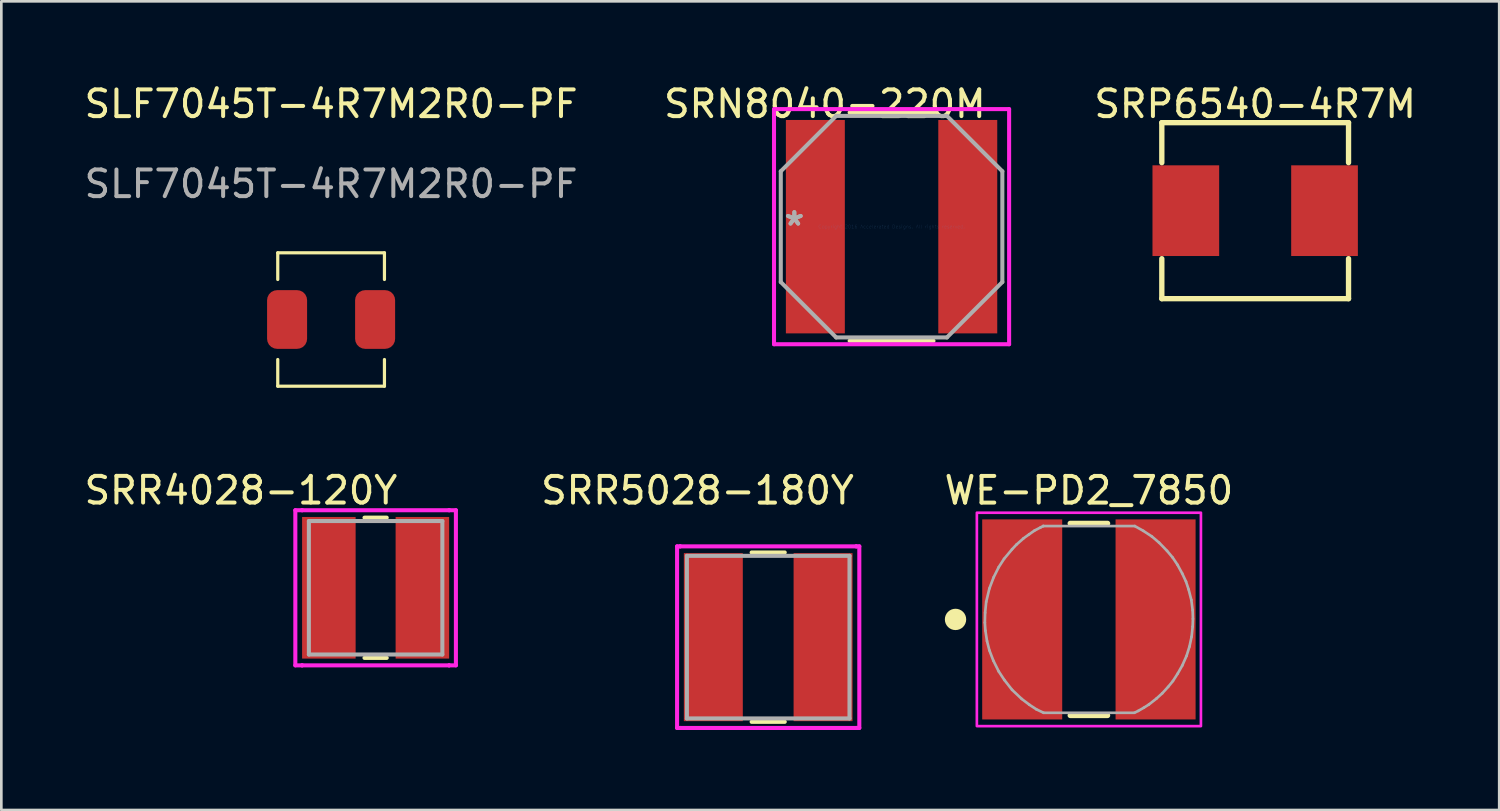
<source format=kicad_pcb>
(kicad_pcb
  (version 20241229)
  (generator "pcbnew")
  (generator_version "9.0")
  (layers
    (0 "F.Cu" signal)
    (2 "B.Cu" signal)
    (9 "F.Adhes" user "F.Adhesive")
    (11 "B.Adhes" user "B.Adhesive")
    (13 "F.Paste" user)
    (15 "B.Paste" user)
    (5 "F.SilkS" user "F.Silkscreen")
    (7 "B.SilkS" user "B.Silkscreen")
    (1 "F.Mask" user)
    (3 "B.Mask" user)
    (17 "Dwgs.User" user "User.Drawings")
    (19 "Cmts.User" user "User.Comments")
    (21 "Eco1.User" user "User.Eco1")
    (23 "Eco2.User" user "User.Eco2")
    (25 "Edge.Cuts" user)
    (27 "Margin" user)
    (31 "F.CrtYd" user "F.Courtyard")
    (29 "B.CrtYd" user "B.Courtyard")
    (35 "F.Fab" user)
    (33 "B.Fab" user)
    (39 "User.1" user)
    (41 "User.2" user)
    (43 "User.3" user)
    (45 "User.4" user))
  (footprint "SRN8040-220M"
    (layer "F.Cu")
    (at 30.375 5.448)
    (property "Reference" "SRN8040-220M" (at -2.5 -4.6 0) (layer "F.SilkS") (effects (font (size 1 1) (thickness 0.15))))
    (attr through_hole)
    (fp_line (start -1.572 4.28) (end 1.572 4.28) (stroke (width 0.152) (type solid)) (layer "F.SilkS"))
    (fp_line (start 1.572 -4.28) (end -1.572 -4.28) (stroke (width 0.152) (type solid)) (layer "F.SilkS"))
    (fp_line (start -4.407 -4.407) (end 4.407 -4.407) (stroke (width 0.152) (type solid)) (layer "F.CrtYd"))
    (fp_line (start -4.407 4.407) (end -4.407 -4.407) (stroke (width 0.152) (type solid)) (layer "F.CrtYd"))
    (fp_line (start 4.407 -4.407) (end 4.407 4.407) (stroke (width 0.152) (type solid)) (layer "F.CrtYd"))
    (fp_line (start 4.407 4.407) (end -4.407 4.407) (stroke (width 0.152) (type solid)) (layer "F.CrtYd"))
    (fp_line (start -4.153 -2.076) (end -4.153 2.076) (stroke (width 0.152) (type solid)) (layer "F.Fab"))
    (fp_line (start -4.153 2.076) (end -2.076 4.153) (stroke (width 0.152) (type solid)) (layer "F.Fab"))
    (fp_line (start -2.076 -4.153) (end -4.153 -2.076) (stroke (width 0.152) (type solid)) (layer "F.Fab"))
    (fp_line (start -2.076 4.153) (end 2.076 4.153) (stroke (width 0.152) (type solid)) (layer "F.Fab"))
    (fp_line (start 2.076 -4.153) (end -2.076 -4.153) (stroke (width 0.152) (type solid)) (layer "F.Fab"))
    (fp_line (start 2.076 4.153) (end 4.153 2.076) (stroke (width 0.152) (type solid)) (layer "F.Fab"))
    (fp_line (start 4.153 -2.076) (end 2.076 -4.153) (stroke (width 0.152) (type solid)) (layer "F.Fab"))
    (fp_line (start 4.153 2.076) (end 4.153 -2.076) (stroke (width 0.152) (type solid)) (layer "F.Fab"))
    (fp_text user "Copyright 2016 Accelerated Designs. All rights reserved." (at 0 0 0) (layer "Cmts.User") (effects (font (size 0.127 0.127) (thickness 0.002))))
    (fp_text user "*" (at -3.645 0 0) (layer "F.Fab") (effects (font (size 1 1) (thickness 0.15))))
    (fp_text user "*" (at -3.645 0 0) (layer "F.Fab") (effects (font (size 1 1) (thickness 0.15))))
    (pad "1" smd rect (at -2.857 0) (size 2.21 8.001) (layers "F.Cu" "F.Mask" "F.Paste"))
    (pad "2" smd rect (at 2.857 0) (size 2.21 8.001) (layers "F.Cu" "F.Mask" "F.Paste")))
  (footprint "SLF7045T-4R7M2R0-PF"
    (layer "F.Cu")
    (at 9.363 8.928)
    (property "Reference" "SLF7045T-4R7M2R0-PF" (at 0 -8.08 0) (unlocked yes) (layer "F.SilkS") (effects (font (size 1 1) (thickness 0.15))))
    (attr smd)
    (fp_line (start -2 -2.5) (end -2 -1.5) (stroke (width 0.12) (type solid)) (layer "F.SilkS"))
    (fp_line (start -2 1.5) (end -2 2.5) (stroke (width 0.12) (type solid)) (layer "F.SilkS"))
    (fp_line (start -2 2.5) (end 2 2.5) (stroke (width 0.12) (type solid)) (layer "F.SilkS"))
    (fp_line (start 2 -2.5) (end -2 -2.5) (stroke (width 0.12) (type solid)) (layer "F.SilkS"))
    (fp_line (start 2 -1.5) (end 2 -2.5) (stroke (width 0.12) (type solid)) (layer "F.SilkS"))
    (fp_line (start 2 2.5) (end 2 1.5) (stroke (width 0.12) (type solid)) (layer "F.SilkS"))
    (fp_text user "${REFERENCE}" (at 0 -5.08 0) (unlocked yes) (layer "F.Fab") (effects (font (size 1 1) (thickness 0.15))))
    (pad "1" smd roundrect (at -1.65 0) (size 1.5 2.2) (layers "F.Cu" "F.Mask" "F.Paste") (roundrect_rratio 0.25))
    (pad "2" smd roundrect (at 1.65 0) (size 1.5 2.2) (layers "F.Cu" "F.Mask" "F.Paste") (roundrect_rratio 0.25)))
  (footprint "WE-PD2_7850"
    (layer "F.Cu")
    (at 37.773 20.172)
    (property "Reference" "WE-PD2_7850" (at 0 -4.835 0) (layer "F.SilkS") (effects (font (size 1 1) (thickness 0.15))))
    (attr smd)
    (fp_line (start -0.7 -3.6) (end 0.7 -3.6) (stroke (width 0.2) (type solid)) (layer "F.SilkS"))
    (fp_line (start -0.7 3.6) (end 0.7 3.6) (stroke (width 0.2) (type solid)) (layer "F.SilkS"))
    (fp_circle (center -5 0) (end -4.8 0) (stroke (width 0.4) (type solid)) (fill no) (layer "F.SilkS"))
    (fp_poly (pts (xy -4.2 -4) (xy 4.2 -4) (xy 4.2 4) (xy -4.2 4)) (stroke (width 0.1) (type solid)) (fill no) (layer "F.CrtYd"))
    (fp_line (start -3.9 0.12) (end -3.88 0.42) (stroke (width 0.1) (type solid)) (layer "F.Fab"))
    (fp_line (start -3.89 -0.25) (end -3.9 0.12) (stroke (width 0.1) (type solid)) (layer "F.Fab"))
    (fp_line (start -3.88 0.42) (end -3.82 0.81) (stroke (width 0.1) (type solid)) (layer "F.Fab"))
    (fp_line (start -3.85 -0.66) (end -3.89 -0.25) (stroke (width 0.1) (type solid)) (layer "F.Fab"))
    (fp_line (start -3.82 0.81) (end -3.73 1.16) (stroke (width 0.1) (type solid)) (layer "F.Fab"))
    (fp_line (start -3.73 -1.16) (end -3.85 -0.66) (stroke (width 0.1) (type solid)) (layer "F.Fab"))
    (fp_line (start -3.73 1.16) (end -3.58 1.55) (stroke (width 0.1) (type solid)) (layer "F.Fab"))
    (fp_line (start -3.58 1.55) (end -3.38 1.95) (stroke (width 0.1) (type solid)) (layer "F.Fab"))
    (fp_line (start -3.57 -1.58) (end -3.73 -1.16) (stroke (width 0.1) (type solid)) (layer "F.Fab"))
    (fp_line (start -3.38 -1.96) (end -3.57 -1.58) (stroke (width 0.1) (type solid)) (layer "F.Fab"))
    (fp_line (start -3.38 1.95) (end -3.17 2.27) (stroke (width 0.1) (type solid)) (layer "F.Fab"))
    (fp_line (start -3.18 -2.27) (end -3.38 -1.96) (stroke (width 0.1) (type solid)) (layer "F.Fab"))
    (fp_line (start -3.17 2.27) (end -2.88 2.64) (stroke (width 0.1) (type solid)) (layer "F.Fab"))
    (fp_line (start -2.88 -2.63) (end -3.18 -2.27) (stroke (width 0.1) (type solid)) (layer "F.Fab"))
    (fp_line (start -2.88 2.64) (end -2.52 2.98) (stroke (width 0.1) (type solid)) (layer "F.Fab"))
    (fp_line (start -2.72 -2.8) (end -2.88 -2.63) (stroke (width 0.1) (type solid)) (layer "F.Fab"))
    (fp_line (start -2.52 2.98) (end -2.23 3.2) (stroke (width 0.1) (type solid)) (layer "F.Fab"))
    (fp_line (start -2.45 -3.04) (end -2.72 -2.8) (stroke (width 0.1) (type solid)) (layer "F.Fab"))
    (fp_line (start -2.24 -3.19) (end -2.45 -3.04) (stroke (width 0.1) (type solid)) (layer "F.Fab"))
    (fp_line (start -2.23 3.2) (end -1.97 3.37) (stroke (width 0.1) (type solid)) (layer "F.Fab"))
    (fp_line (start -2.04 -3.33) (end -2.24 -3.19) (stroke (width 0.1) (type solid)) (layer "F.Fab"))
    (fp_line (start -1.97 3.37) (end -1.7 3.5) (stroke (width 0.1) (type solid)) (layer "F.Fab"))
    (fp_line (start -1.81 -3.45) (end -2.04 -3.33) (stroke (width 0.1) (type solid)) (layer "F.Fab"))
    (fp_line (start -1.72 -3.5) (end -1.71 -3.5) (stroke (width 0.1) (type solid)) (layer "F.Fab"))
    (fp_line (start -1.71 -3.5) (end -1.81 -3.45) (stroke (width 0.1) (type solid)) (layer "F.Fab"))
    (fp_line (start -1.71 -3.5) (end 1.72 -3.5) (stroke (width 0.1) (type solid)) (layer "F.Fab"))
    (fp_line (start 1.7 3.5) (end -1.7 3.5) (stroke (width 0.1) (type solid)) (layer "F.Fab"))
    (fp_line (start 1.71 3.5) (end 1.85 3.43) (stroke (width 0.1) (type solid)) (layer "F.Fab"))
    (fp_line (start 1.85 3.43) (end 2.06 3.31) (stroke (width 0.1) (type solid)) (layer "F.Fab"))
    (fp_line (start 2.04 -3.32) (end 1.72 -3.5) (stroke (width 0.1) (type solid)) (layer "F.Fab"))
    (fp_line (start 2.06 3.31) (end 2.25 3.19) (stroke (width 0.1) (type solid)) (layer "F.Fab"))
    (fp_line (start 2.25 3.19) (end 2.53 2.97) (stroke (width 0.1) (type solid)) (layer "F.Fab"))
    (fp_line (start 2.36 -3.11) (end 2.04 -3.32) (stroke (width 0.1) (type solid)) (layer "F.Fab"))
    (fp_line (start 2.53 2.97) (end 2.75 2.77) (stroke (width 0.1) (type solid)) (layer "F.Fab"))
    (fp_line (start 2.63 -2.88) (end 2.36 -3.11) (stroke (width 0.1) (type solid)) (layer "F.Fab"))
    (fp_line (start 2.75 2.77) (end 2.97 2.53) (stroke (width 0.1) (type solid)) (layer "F.Fab"))
    (fp_line (start 2.93 -2.57) (end 2.63 -2.88) (stroke (width 0.1) (type solid)) (layer "F.Fab"))
    (fp_line (start 2.97 2.53) (end 3.15 2.31) (stroke (width 0.1) (type solid)) (layer "F.Fab"))
    (fp_line (start 3.14 -2.32) (end 2.93 -2.57) (stroke (width 0.1) (type solid)) (layer "F.Fab"))
    (fp_line (start 3.15 2.31) (end 3.33 2.03) (stroke (width 0.1) (type solid)) (layer "F.Fab"))
    (fp_line (start 3.32 -2.05) (end 3.14 -2.32) (stroke (width 0.1) (type solid)) (layer "F.Fab"))
    (fp_line (start 3.33 2.03) (end 3.5 1.73) (stroke (width 0.1) (type solid)) (layer "F.Fab"))
    (fp_line (start 3.5 -1.72) (end 3.32 -2.05) (stroke (width 0.1) (type solid)) (layer "F.Fab"))
    (fp_line (start 3.5 1.73) (end 3.66 1.37) (stroke (width 0.1) (type solid)) (layer "F.Fab"))
    (fp_line (start 3.64 -1.42) (end 3.5 -1.72) (stroke (width 0.1) (type solid)) (layer "F.Fab"))
    (fp_line (start 3.66 1.37) (end 3.77 1.02) (stroke (width 0.1) (type solid)) (layer "F.Fab"))
    (fp_line (start 3.74 -1.12) (end 3.64 -1.42) (stroke (width 0.1) (type solid)) (layer "F.Fab"))
    (fp_line (start 3.77 1.02) (end 3.85 0.65) (stroke (width 0.1) (type solid)) (layer "F.Fab"))
    (fp_line (start 3.84 -0.73) (end 3.74 -1.12) (stroke (width 0.1) (type solid)) (layer "F.Fab"))
    (fp_line (start 3.85 0.65) (end 3.89 0.27) (stroke (width 0.1) (type solid)) (layer "F.Fab"))
    (fp_line (start 3.89 -0.34) (end 3.84 -0.73) (stroke (width 0.1) (type solid)) (layer "F.Fab"))
    (fp_line (start 3.89 0.27) (end 3.9 -0.02) (stroke (width 0.1) (type solid)) (layer "F.Fab"))
    (fp_line (start 3.9 -0.02) (end 3.89 -0.34) (stroke (width 0.1) (type solid)) (layer "F.Fab"))
    (pad "1" smd rect (at -2.5 0) (size 3 7.5) (layers "F.Cu" "F.Mask" "F.Paste"))
    (pad "2" smd rect (at 2.5 0) (size 3 7.5) (layers "F.Cu" "F.Mask" "F.Paste"))
    (zone (net_name "") (layer "F.Cu") (hatch full 0.508) (connect_pads) (min_thickness 0.1) (filled_areas_thickness no) (keepout (tracks not_allowed) (vias not_allowed) (pads not_allowed) (copperpour not_allowed) (footprints allowed)) (placement (enabled no)) (fill) (polygon (pts (xy 36.823 16.422) (xy 38.723 16.422) (xy 38.723 23.922) (xy 36.823 23.922))))
    (zone (net_name "") (layers "F.Cu" "B.Cu") (hatch full 0.508) (connect_pads) (min_thickness 0.1) (filled_areas_thickness no) (keepout (tracks allowed) (vias not_allowed) (pads allowed) (copperpour allowed) (footprints allowed)) (placement (enabled no)) (fill) (polygon (pts (xy 36.823 16.422) (xy 38.723 16.422) (xy 38.723 23.922) (xy 36.823 23.922)))))
  (footprint "SRR4028-120Y"
    (layer "F.Cu")
    (at 11.032 18.986)
    (property "Reference" "SRR4028-120Y" (at -5.05 -3.65 0) (layer "F.SilkS") (effects (font (size 1 1) (thickness 0.15))))
    (attr through_hole)
    (fp_line (start -0.417 2.629) (end 0.417 2.629) (stroke (width 0.152) (type solid)) (layer "F.SilkS"))
    (fp_line (start 0.417 -2.629) (end -0.417 -2.629) (stroke (width 0.152) (type solid)) (layer "F.SilkS"))
    (fp_line (start -3.01 -2.908) (end -2.756 -2.908) (stroke (width 0.152) (type solid)) (layer "F.CrtYd"))
    (fp_line (start -3.01 2.908) (end -3.01 -2.908) (stroke (width 0.152) (type solid)) (layer "F.CrtYd"))
    (fp_line (start -2.756 -2.908) (end -2.756 -2.908) (stroke (width 0.152) (type solid)) (layer "F.CrtYd"))
    (fp_line (start -2.756 -2.908) (end 2.756 -2.908) (stroke (width 0.152) (type solid)) (layer "F.CrtYd"))
    (fp_line (start -2.756 2.908) (end -3.01 2.908) (stroke (width 0.152) (type solid)) (layer "F.CrtYd"))
    (fp_line (start -2.756 2.908) (end -2.756 2.908) (stroke (width 0.152) (type solid)) (layer "F.CrtYd"))
    (fp_line (start 2.756 -2.908) (end 2.756 -2.908) (stroke (width 0.152) (type solid)) (layer "F.CrtYd"))
    (fp_line (start 2.756 -2.908) (end 3.01 -2.908) (stroke (width 0.152) (type solid)) (layer "F.CrtYd"))
    (fp_line (start 2.756 2.908) (end -2.756 2.908) (stroke (width 0.152) (type solid)) (layer "F.CrtYd"))
    (fp_line (start 2.756 2.908) (end 2.756 2.908) (stroke (width 0.152) (type solid)) (layer "F.CrtYd"))
    (fp_line (start 3.01 -2.908) (end 3.01 2.908) (stroke (width 0.152) (type solid)) (layer "F.CrtYd"))
    (fp_line (start 3.01 2.908) (end 2.756 2.908) (stroke (width 0.152) (type solid)) (layer "F.CrtYd"))
    (fp_line (start -2.502 -2.502) (end -2.502 2.502) (stroke (width 0.152) (type solid)) (layer "F.Fab"))
    (fp_line (start -2.502 2.502) (end 2.502 2.502) (stroke (width 0.152) (type solid)) (layer "F.Fab"))
    (fp_line (start 2.502 -2.502) (end -2.502 -2.502) (stroke (width 0.152) (type solid)) (layer "F.Fab"))
    (fp_line (start 2.502 2.502) (end 2.502 -2.502) (stroke (width 0.152) (type solid)) (layer "F.Fab"))
    (pad "1" smd rect (at -1.753 0) (size 2.007 5.309) (layers "F.Cu" "F.Mask" "F.Paste"))
    (pad "2" smd rect (at 1.753 0) (size 2.007 5.309) (layers "F.Cu" "F.Mask" "F.Paste")))
  (footprint "SRP6540-4R7M"
    (layer "F.Cu")
    (at 44.007 4.848)
    (property "Reference" "SRP6540-4R7M" (at 0 -4 0) (layer "F.SilkS") (effects (font (size 1 1) (thickness 0.15))))
    (attr through_hole)
    (fp_line (start -3.5 -3.3) (end 3.5 -3.3) (stroke (width 0.2) (type solid)) (layer "F.SilkS"))
    (fp_line (start -3.5 -1.8) (end -3.5 -3.3) (stroke (width 0.2) (type solid)) (layer "F.SilkS"))
    (fp_line (start -3.5 1.8) (end -3.5 3.3) (stroke (width 0.2) (type solid)) (layer "F.SilkS"))
    (fp_line (start 3.5 -1.8) (end 3.5 -3.3) (stroke (width 0.2) (type solid)) (layer "F.SilkS"))
    (fp_line (start 3.5 1.8) (end 3.5 3.3) (stroke (width 0.2) (type solid)) (layer "F.SilkS"))
    (fp_line (start 3.5 3.3) (end -3.5 3.3) (stroke (width 0.2) (type solid)) (layer "F.SilkS"))
    (pad "1" smd rect (at -2.6 0) (size 2.5 3.4) (layers "F.Cu" "F.Mask" "F.Paste"))
    (pad "2" smd rect (at 2.6 0) (size 2.5 3.4) (layers "F.Cu" "F.Mask" "F.Paste")))
  (footprint "SRR5028-180Y"
    (layer "F.Cu")
    (at 25.75 20.837)
    (property "Reference" "SRR5028-180Y" (at -2.65 -5.5 0) (layer "F.SilkS") (effects (font (size 1 1) (thickness 0.15))))
    (attr through_hole)
    (fp_line (start -0.621 3.175) (end 0.621 3.175) (stroke (width 0.152) (type solid)) (layer "F.SilkS"))
    (fp_line (start 0.621 -3.175) (end -0.621 -3.175) (stroke (width 0.152) (type solid)) (layer "F.SilkS"))
    (fp_line (start -3.416 -3.404) (end -3.302 -3.404) (stroke (width 0.152) (type solid)) (layer "F.CrtYd"))
    (fp_line (start -3.416 3.404) (end -3.416 -3.404) (stroke (width 0.152) (type solid)) (layer "F.CrtYd"))
    (fp_line (start -3.302 -3.404) (end -3.302 -3.404) (stroke (width 0.152) (type solid)) (layer "F.CrtYd"))
    (fp_line (start -3.302 -3.404) (end 3.302 -3.404) (stroke (width 0.152) (type solid)) (layer "F.CrtYd"))
    (fp_line (start -3.302 3.404) (end -3.416 3.404) (stroke (width 0.152) (type solid)) (layer "F.CrtYd"))
    (fp_line (start -3.302 3.404) (end -3.302 3.404) (stroke (width 0.152) (type solid)) (layer "F.CrtYd"))
    (fp_line (start 3.302 -3.404) (end 3.302 -3.404) (stroke (width 0.152) (type solid)) (layer "F.CrtYd"))
    (fp_line (start 3.302 -3.404) (end 3.416 -3.404) (stroke (width 0.152) (type solid)) (layer "F.CrtYd"))
    (fp_line (start 3.302 3.404) (end -3.302 3.404) (stroke (width 0.152) (type solid)) (layer "F.CrtYd"))
    (fp_line (start 3.302 3.404) (end 3.302 3.404) (stroke (width 0.152) (type solid)) (layer "F.CrtYd"))
    (fp_line (start 3.416 -3.404) (end 3.416 3.404) (stroke (width 0.152) (type solid)) (layer "F.CrtYd"))
    (fp_line (start 3.416 3.404) (end 3.302 3.404) (stroke (width 0.152) (type solid)) (layer "F.CrtYd"))
    (fp_line (start -3.048 -3.048) (end -3.048 3.048) (stroke (width 0.152) (type solid)) (layer "F.Fab"))
    (fp_line (start -3.048 3.048) (end 3.048 3.048) (stroke (width 0.152) (type solid)) (layer "F.Fab"))
    (fp_line (start 3.048 -3.048) (end -3.048 -3.048) (stroke (width 0.152) (type solid)) (layer "F.Fab"))
    (fp_line (start 3.048 3.048) (end 3.048 -3.048) (stroke (width 0.152) (type solid)) (layer "F.Fab"))
    (pad "1" smd rect (at -2.057 0) (size 2.21 6.299) (layers "F.Cu" "F.Mask" "F.Paste"))
    (pad "2" smd rect (at 2.057 0) (size 2.21 6.299) (layers "F.Cu" "F.Mask" "F.Paste")))
  (gr_rect
    (start -3 -3)
    (end 53.156 27.316)
    (stroke (width 0.1) (type default))
    (fill no)
    (layer "Edge.Cuts")))
</source>
